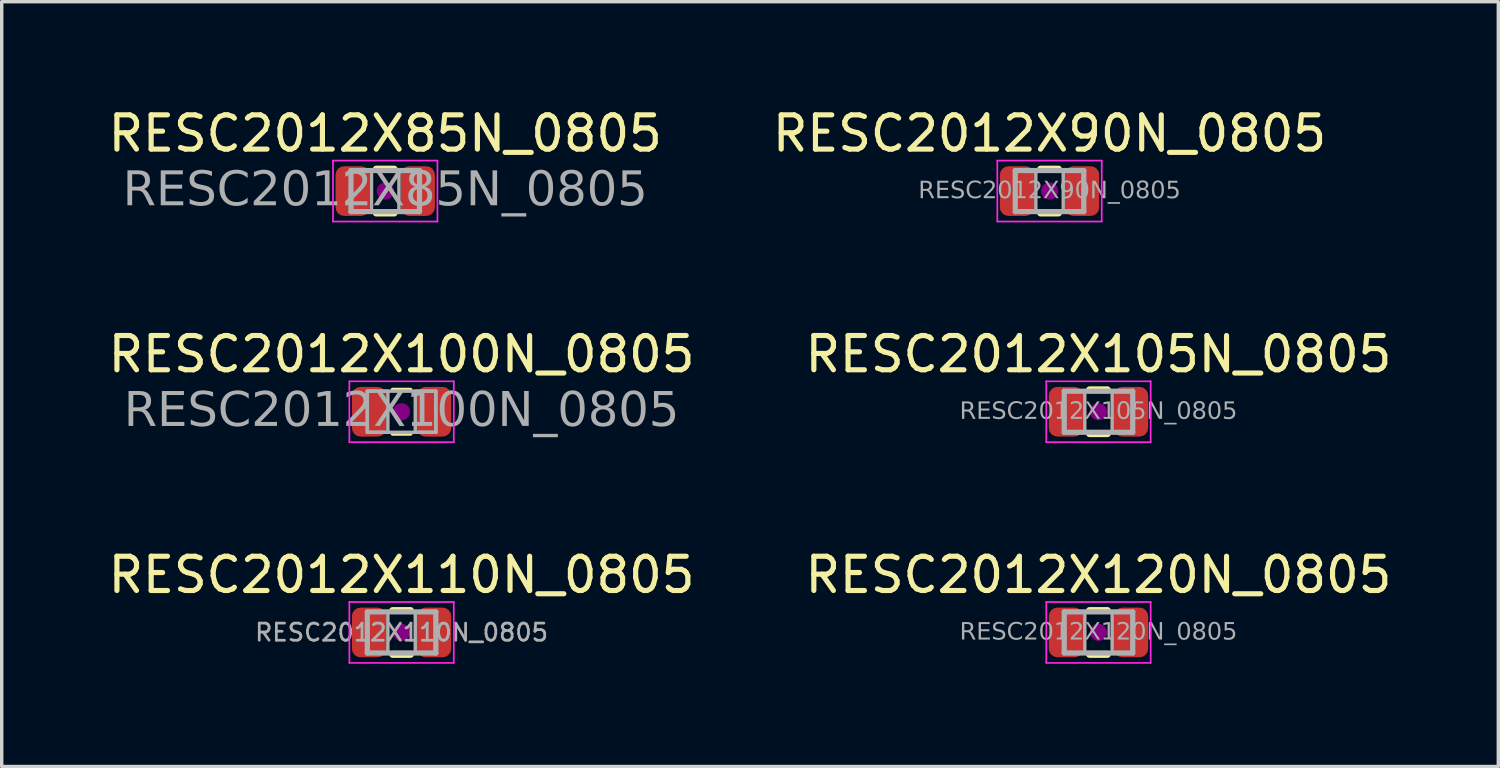
<source format=kicad_pcb>
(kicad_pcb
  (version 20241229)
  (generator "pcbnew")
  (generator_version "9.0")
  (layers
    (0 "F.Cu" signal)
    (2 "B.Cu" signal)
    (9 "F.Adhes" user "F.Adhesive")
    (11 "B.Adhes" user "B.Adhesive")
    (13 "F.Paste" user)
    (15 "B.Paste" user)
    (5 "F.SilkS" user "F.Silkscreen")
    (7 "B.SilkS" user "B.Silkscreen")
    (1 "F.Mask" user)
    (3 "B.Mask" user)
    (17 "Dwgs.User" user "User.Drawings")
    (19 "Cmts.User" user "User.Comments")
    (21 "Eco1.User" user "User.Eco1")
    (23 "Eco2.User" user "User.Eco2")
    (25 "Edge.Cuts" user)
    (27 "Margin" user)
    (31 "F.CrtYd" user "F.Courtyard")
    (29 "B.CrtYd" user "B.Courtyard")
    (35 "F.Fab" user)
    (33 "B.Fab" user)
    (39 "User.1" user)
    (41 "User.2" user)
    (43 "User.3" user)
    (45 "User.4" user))
  (footprint "RESC2012X105N_0805"
    (layer "F.Cu")
    (at 29.018 8.97)
    (property "Reference" "RESC2012X105N_0805" (at 0 -1.68 0) (layer "F.SilkS") (effects (font (size 1 1) (thickness 0.15))))
    (attr smd)
    (fp_line (start -0.261 -0.64) (end 0.261 -0.64) (stroke (width 0.203) (type solid)) (layer "F.SilkS"))
    (fp_line (start -0.261 0.64) (end 0.261 0.64) (stroke (width 0.203) (type solid)) (layer "F.SilkS"))
    (fp_circle (center 0 0) (end 0.25 0) (stroke (width 0) (type solid)) (fill yes) (layer "F.Adhes"))
    (fp_line (start -1.524 -0.889) (end 1.524 -0.889) (stroke (width 0.05) (type solid)) (layer "F.CrtYd"))
    (fp_line (start -1.524 0.889) (end -1.524 -0.889) (stroke (width 0.05) (type solid)) (layer "F.CrtYd"))
    (fp_line (start 1.524 -0.889) (end 1.524 0.889) (stroke (width 0.05) (type solid)) (layer "F.CrtYd"))
    (fp_line (start 1.524 0.889) (end -1.524 0.889) (stroke (width 0.05) (type solid)) (layer "F.CrtYd"))
    (fp_line (start -1 -0.6) (end 1 -0.6) (stroke (width 0.152) (type solid)) (layer "F.Fab"))
    (fp_line (start -1 0.6) (end -1 -0.6) (stroke (width 0.152) (type solid)) (layer "F.Fab"))
    (fp_line (start 1 -0.6) (end 1 0.6) (stroke (width 0.152) (type solid)) (layer "F.Fab"))
    (fp_line (start 1 0.6) (end -1 0.6) (stroke (width 0.152) (type solid)) (layer "F.Fab"))
    (fp_rect (start -1 -0.6) (end -0.4 0.6) (stroke (width 0.1) (type solid)) (fill no) (layer "F.Fab"))
    (fp_rect (start 0.4 -0.6) (end 1 0.6) (stroke (width 0.1) (type solid)) (fill no) (layer "F.Fab"))
    (fp_text user "${REFERENCE}" (at 0 0 0) (layer "F.Fab") (effects (font (face "Tahoma") (size 0.5 0.5) (thickness 0.08))))
    (pad "1" smd roundrect (at -0.95 0) (size 1 1.45) (layers "F.Cu" "F.Mask" "F.Paste") (roundrect_rratio 0.25))
    (pad "2" smd roundrect (at 0.95 0) (size 1 1.45) (layers "F.Cu" "F.Mask" "F.Paste") (roundrect_rratio 0.25)))
  (footprint "RESC2012X100N_0805"
    (layer "F.Cu")
    (at 8.673 8.97)
    (property "Reference" "RESC2012X100N_0805" (at 0 -1.68 0) (layer "F.SilkS") (effects (font (size 1 1) (thickness 0.15))))
    (attr smd)
    (fp_line (start -0.261 -0.64) (end 0.261 -0.64) (stroke (width 0.12) (type solid)) (layer "F.SilkS"))
    (fp_line (start -0.261 0.64) (end 0.261 0.64) (stroke (width 0.12) (type solid)) (layer "F.SilkS"))
    (fp_circle (center 0 0) (end 0.25 0) (stroke (width 0) (type solid)) (fill yes) (layer "F.Adhes"))
    (fp_line (start -1.524 -0.889) (end 1.524 -0.889) (stroke (width 0.05) (type solid)) (layer "F.CrtYd"))
    (fp_line (start -1.524 0.889) (end -1.524 -0.889) (stroke (width 0.05) (type solid)) (layer "F.CrtYd"))
    (fp_line (start 1.524 -0.889) (end 1.524 0.889) (stroke (width 0.05) (type solid)) (layer "F.CrtYd"))
    (fp_line (start 1.524 0.889) (end -1.524 0.889) (stroke (width 0.05) (type solid)) (layer "F.CrtYd"))
    (fp_line (start -1 -0.6) (end 1 -0.6) (stroke (width 0.1) (type solid)) (layer "F.Fab"))
    (fp_line (start -1 0.6) (end -1 -0.6) (stroke (width 0.1) (type solid)) (layer "F.Fab"))
    (fp_line (start 1 -0.6) (end 1 0.6) (stroke (width 0.1) (type solid)) (layer "F.Fab"))
    (fp_line (start 1 0.6) (end -1 0.6) (stroke (width 0.1) (type solid)) (layer "F.Fab"))
    (fp_rect (start -1 -0.6) (end -0.4 0.6) (stroke (width 0.1) (type solid)) (fill no) (layer "F.Fab"))
    (fp_rect (start 0.4 -0.6) (end 1 0.6) (stroke (width 0.1) (type solid)) (fill no) (layer "F.Fab"))
    (fp_text user "${REFERENCE}" (at 0 0 0) (layer "F.Fab") (effects (font (face "Tahoma") (size 1 1) (thickness 0.15))))
    (pad "1" smd roundrect (at -0.95 0) (size 1 1.45) (layers "F.Cu" "F.Mask" "F.Paste") (roundrect_rratio 0.25))
    (pad "2" smd roundrect (at 0.95 0) (size 1 1.45) (layers "F.Cu" "F.Mask" "F.Paste") (roundrect_rratio 0.25)))
  (footprint "RESC2012X120N_0805"
    (layer "F.Cu")
    (at 29.018 15.413)
    (property "Reference" "RESC2012X120N_0805" (at 0 -1.68 0) (layer "F.SilkS") (effects (font (size 1 1) (thickness 0.15))))
    (attr smd)
    (fp_line (start -0.261 -0.64) (end 0.261 -0.64) (stroke (width 0.203) (type solid)) (layer "F.SilkS"))
    (fp_line (start -0.261 0.64) (end 0.261 0.64) (stroke (width 0.203) (type solid)) (layer "F.SilkS"))
    (fp_circle (center 0 0) (end 0.25 0) (stroke (width 0) (type solid)) (fill yes) (layer "F.Adhes"))
    (fp_line (start -1.524 -0.889) (end 1.524 -0.889) (stroke (width 0.05) (type solid)) (layer "F.CrtYd"))
    (fp_line (start -1.524 0.889) (end -1.524 -0.889) (stroke (width 0.05) (type solid)) (layer "F.CrtYd"))
    (fp_line (start 1.524 -0.889) (end 1.524 0.889) (stroke (width 0.05) (type solid)) (layer "F.CrtYd"))
    (fp_line (start 1.524 0.889) (end -1.524 0.889) (stroke (width 0.05) (type solid)) (layer "F.CrtYd"))
    (fp_line (start -1 -0.6) (end 1 -0.6) (stroke (width 0.152) (type solid)) (layer "F.Fab"))
    (fp_line (start -1 0.6) (end -1 -0.6) (stroke (width 0.152) (type solid)) (layer "F.Fab"))
    (fp_line (start 1 -0.6) (end 1 0.6) (stroke (width 0.152) (type solid)) (layer "F.Fab"))
    (fp_line (start 1 0.6) (end -1 0.6) (stroke (width 0.152) (type solid)) (layer "F.Fab"))
    (fp_rect (start -1 -0.6) (end -0.4 0.6) (stroke (width 0.1) (type solid)) (fill no) (layer "F.Fab"))
    (fp_rect (start 0.4 -0.6) (end 1 0.6) (stroke (width 0.1) (type solid)) (fill no) (layer "F.Fab"))
    (fp_text user "${REFERENCE}" (at 0 0 0) (layer "F.Fab") (effects (font (face "Tahoma") (size 0.5 0.5) (thickness 0.08))))
    (pad "1" smd roundrect (at -0.95 0) (size 1 1.45) (layers "F.Cu" "F.Mask" "F.Paste") (roundrect_rratio 0.25))
    (pad "2" smd roundrect (at 0.95 0) (size 1 1.45) (layers "F.Cu" "F.Mask" "F.Paste") (roundrect_rratio 0.25)))
  (footprint "RESC2012X85N_0805"
    (layer "F.Cu")
    (at 8.196 2.528)
    (property "Reference" "RESC2012X85N_0805" (at 0 -1.68 0) (layer "F.SilkS") (effects (font (size 1 1) (thickness 0.15))))
    (attr smd)
    (fp_line (start -0.261 -0.64) (end 0.261 -0.64) (stroke (width 0.203) (type solid)) (layer "F.SilkS"))
    (fp_line (start -0.261 0.64) (end 0.261 0.64) (stroke (width 0.203) (type solid)) (layer "F.SilkS"))
    (fp_circle (center 0 0) (end 0.25 0) (stroke (width 0) (type solid)) (fill yes) (layer "F.Adhes"))
    (fp_line (start -1.524 -0.889) (end 1.524 -0.889) (stroke (width 0.05) (type solid)) (layer "F.CrtYd"))
    (fp_line (start -1.524 0.889) (end -1.524 -0.889) (stroke (width 0.05) (type solid)) (layer "F.CrtYd"))
    (fp_line (start 1.524 -0.889) (end 1.524 0.889) (stroke (width 0.05) (type solid)) (layer "F.CrtYd"))
    (fp_line (start 1.524 0.889) (end -1.524 0.889) (stroke (width 0.05) (type solid)) (layer "F.CrtYd"))
    (fp_line (start -1 -0.6) (end 1 -0.6) (stroke (width 0.152) (type solid)) (layer "F.Fab"))
    (fp_line (start -1 0.6) (end -1 -0.6) (stroke (width 0.152) (type solid)) (layer "F.Fab"))
    (fp_line (start 1 -0.6) (end 1 0.6) (stroke (width 0.152) (type solid)) (layer "F.Fab"))
    (fp_line (start 1 0.6) (end -1 0.6) (stroke (width 0.152) (type solid)) (layer "F.Fab"))
    (fp_rect (start -1 -0.6) (end -0.4 0.6) (stroke (width 0.1) (type solid)) (fill no) (layer "F.Fab"))
    (fp_rect (start 0.4 -0.6) (end 1 0.6) (stroke (width 0.1) (type solid)) (fill no) (layer "F.Fab"))
    (fp_text user "${REFERENCE}" (at 0 0 0) (layer "F.Fab") (effects (font (face "Tahoma") (size 1 1) (thickness 0.15))))
    (pad "1" smd roundrect (at -0.95 0) (size 1 1.45) (layers "F.Cu" "F.Mask" "F.Paste") (roundrect_rratio 0.25))
    (pad "2" smd roundrect (at 0.95 0) (size 1 1.45) (layers "F.Cu" "F.Mask" "F.Paste") (roundrect_rratio 0.25)))
  (footprint "RESC2012X90N_0805"
    (layer "F.Cu")
    (at 27.589 2.528)
    (property "Reference" "RESC2012X90N_0805" (at 0 -1.68 0) (layer "F.SilkS") (effects (font (size 1 1) (thickness 0.15))))
    (attr smd)
    (fp_line (start -0.261 -0.64) (end 0.261 -0.64) (stroke (width 0.203) (type solid)) (layer "F.SilkS"))
    (fp_line (start -0.261 0.64) (end 0.261 0.64) (stroke (width 0.203) (type solid)) (layer "F.SilkS"))
    (fp_circle (center 0 0) (end 0.25 0) (stroke (width 0) (type solid)) (fill yes) (layer "F.Adhes"))
    (fp_line (start -1.524 -0.889) (end 1.524 -0.889) (stroke (width 0.05) (type solid)) (layer "F.CrtYd"))
    (fp_line (start -1.524 0.889) (end -1.524 -0.889) (stroke (width 0.05) (type solid)) (layer "F.CrtYd"))
    (fp_line (start 1.524 -0.889) (end 1.524 0.889) (stroke (width 0.05) (type solid)) (layer "F.CrtYd"))
    (fp_line (start 1.524 0.889) (end -1.524 0.889) (stroke (width 0.05) (type solid)) (layer "F.CrtYd"))
    (fp_line (start -1 -0.6) (end 1 -0.6) (stroke (width 0.152) (type solid)) (layer "F.Fab"))
    (fp_line (start -1 0.6) (end -1 -0.6) (stroke (width 0.152) (type solid)) (layer "F.Fab"))
    (fp_line (start 1 -0.6) (end 1 0.6) (stroke (width 0.152) (type solid)) (layer "F.Fab"))
    (fp_line (start 1 0.6) (end -1 0.6) (stroke (width 0.152) (type solid)) (layer "F.Fab"))
    (fp_rect (start -1 -0.6) (end -0.4 0.6) (stroke (width 0.1) (type solid)) (fill no) (layer "F.Fab"))
    (fp_rect (start 0.4 -0.6) (end 1 0.6) (stroke (width 0.1) (type solid)) (fill no) (layer "F.Fab"))
    (fp_text user "${REFERENCE}" (at 0 0 0) (layer "F.Fab") (effects (font (face "Tahoma") (size 0.5 0.5) (thickness 0.08))))
    (pad "1" smd roundrect (at -0.95 0) (size 1 1.45) (layers "F.Cu" "F.Mask" "F.Paste") (roundrect_rratio 0.25))
    (pad "2" smd roundrect (at 0.95 0) (size 1 1.45) (layers "F.Cu" "F.Mask" "F.Paste") (roundrect_rratio 0.25)))
  (footprint "RESC2012X110N_0805"
    (layer "F.Cu")
    (at 8.673 15.413)
    (property "Reference" "RESC2012X110N_0805" (at 0 -1.68 0) (layer "F.SilkS") (effects (font (size 1 1) (thickness 0.15))))
    (attr smd)
    (fp_line (start -0.261 -0.64) (end 0.261 -0.64) (stroke (width 0.203) (type solid)) (layer "F.SilkS"))
    (fp_line (start -0.261 0.64) (end 0.261 0.64) (stroke (width 0.203) (type solid)) (layer "F.SilkS"))
    (fp_circle (center 0 0) (end 0.25 0) (stroke (width 0) (type solid)) (fill yes) (layer "F.Adhes"))
    (fp_line (start -1.524 -0.889) (end 1.524 -0.889) (stroke (width 0.05) (type solid)) (layer "F.CrtYd"))
    (fp_line (start -1.524 0.889) (end -1.524 -0.889) (stroke (width 0.05) (type solid)) (layer "F.CrtYd"))
    (fp_line (start 1.524 -0.889) (end 1.524 0.889) (stroke (width 0.05) (type solid)) (layer "F.CrtYd"))
    (fp_line (start 1.524 0.889) (end -1.524 0.889) (stroke (width 0.05) (type solid)) (layer "F.CrtYd"))
    (fp_line (start -1 -0.6) (end 1 -0.6) (stroke (width 0.152) (type solid)) (layer "F.Fab"))
    (fp_line (start -1 0.6) (end -1 -0.6) (stroke (width 0.152) (type solid)) (layer "F.Fab"))
    (fp_line (start 1 -0.6) (end 1 0.6) (stroke (width 0.152) (type solid)) (layer "F.Fab"))
    (fp_line (start 1 0.6) (end -1 0.6) (stroke (width 0.152) (type solid)) (layer "F.Fab"))
    (fp_rect (start -1 -0.6) (end -0.4 0.6) (stroke (width 0.1) (type solid)) (fill no) (layer "F.Fab"))
    (fp_rect (start 0.4 -0.6) (end 1 0.6) (stroke (width 0.1) (type solid)) (fill no) (layer "F.Fab"))
    (fp_text user "${REFERENCE}" (at 0 0 0) (layer "F.Fab") (effects (font (size 0.5 0.5) (thickness 0.08))))
    (pad "1" smd roundrect (at -0.95 0) (size 1 1.45) (layers "F.Cu" "F.Mask" "F.Paste") (roundrect_rratio 0.25))
    (pad "2" smd roundrect (at 0.95 0) (size 1 1.45) (layers "F.Cu" "F.Mask" "F.Paste") (roundrect_rratio 0.25)))
  (gr_rect
    (start -3 -3)
    (end 40.69 19.327)
    (stroke (width 0.1) (type default))
    (fill no)
    (layer "Edge.Cuts")))
</source>
